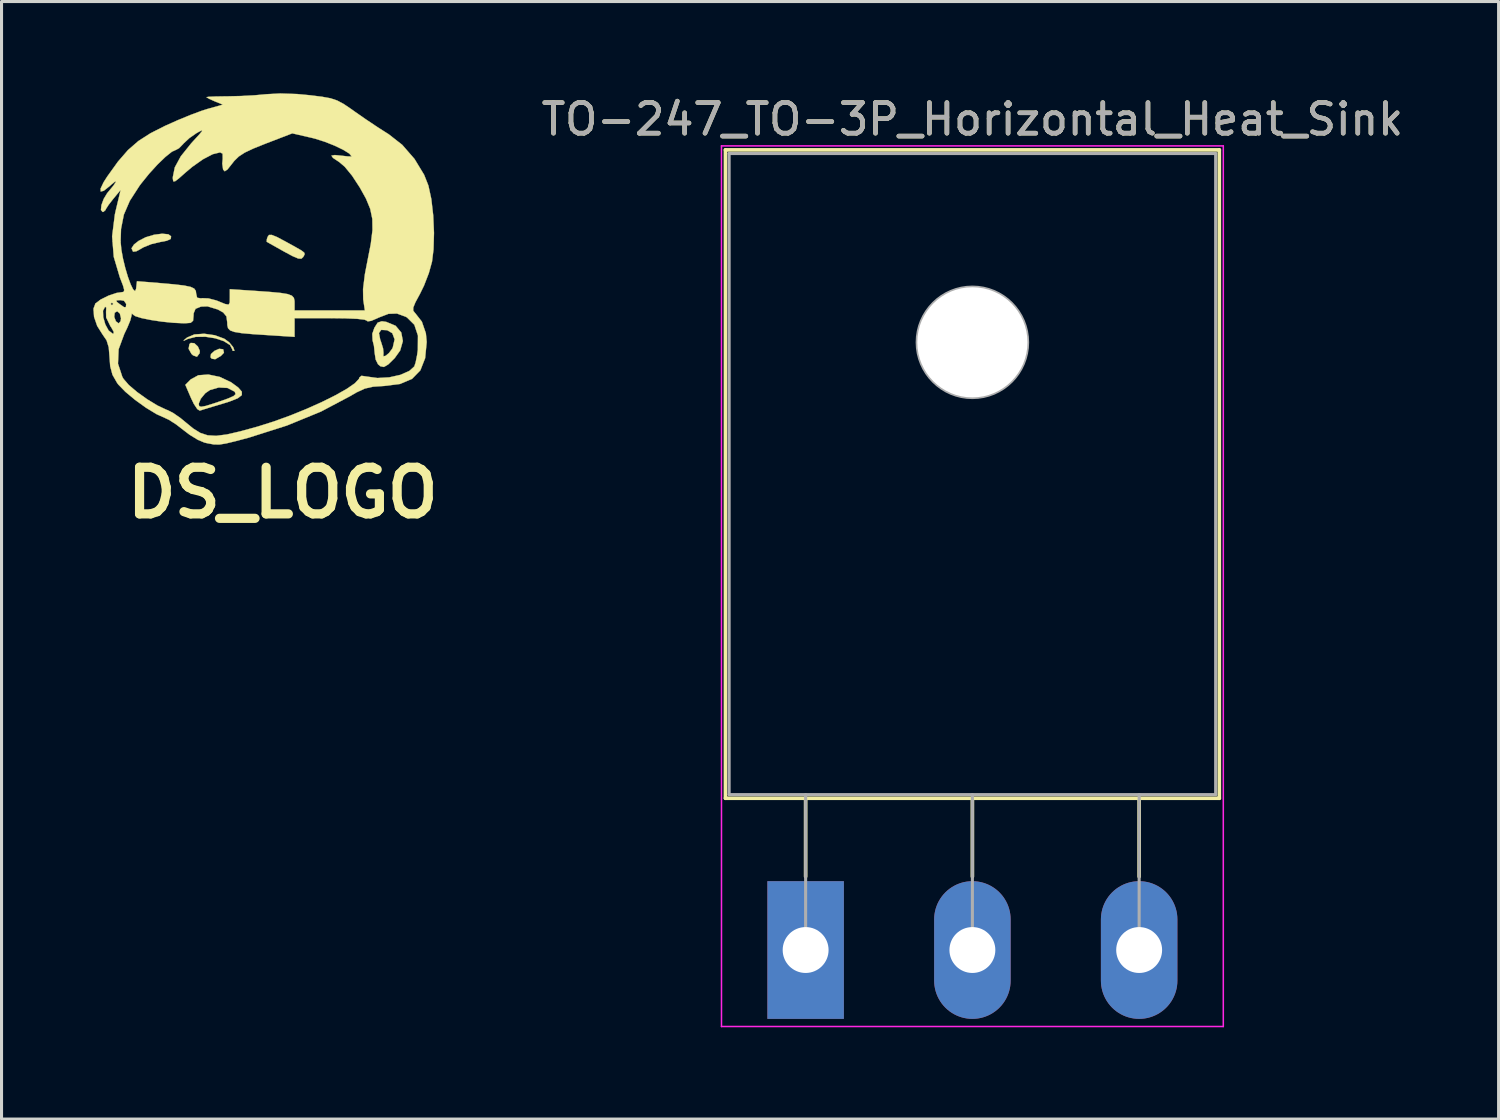
<source format=kicad_pcb>
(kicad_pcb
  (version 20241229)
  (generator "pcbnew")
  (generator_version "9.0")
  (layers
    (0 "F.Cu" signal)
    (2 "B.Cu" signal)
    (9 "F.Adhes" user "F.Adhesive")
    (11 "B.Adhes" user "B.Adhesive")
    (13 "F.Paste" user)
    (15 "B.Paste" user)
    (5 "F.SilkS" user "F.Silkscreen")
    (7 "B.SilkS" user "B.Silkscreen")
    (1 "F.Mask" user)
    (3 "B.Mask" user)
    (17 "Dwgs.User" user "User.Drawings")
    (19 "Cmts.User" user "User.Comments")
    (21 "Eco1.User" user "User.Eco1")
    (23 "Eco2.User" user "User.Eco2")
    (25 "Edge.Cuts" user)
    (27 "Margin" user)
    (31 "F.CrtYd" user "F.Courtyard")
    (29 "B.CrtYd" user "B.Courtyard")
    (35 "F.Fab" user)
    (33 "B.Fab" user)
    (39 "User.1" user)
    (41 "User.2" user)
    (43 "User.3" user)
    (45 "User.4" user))
  (footprint "TO-247_TO-3P_Horizontal_Heat_Sink"
    (layer "F.Cu")
    (at 23.279 27.998)
    (property "Reference" "TO-247_TO-3P_Horizontal_Heat_Sink" (at 5.45 -27.15 0) (layer "F.SilkS") (effects (font (size 1 1) (thickness 0.15))))
    (attr through_hole)
    (fp_line (start -2.62 -26.15) (end -2.62 -4.96) (stroke (width 0.12) (type solid)) (layer "F.SilkS"))
    (fp_line (start -2.62 -26.15) (end 13.52 -26.15) (stroke (width 0.12) (type solid)) (layer "F.SilkS"))
    (fp_line (start -2.62 -4.96) (end 13.52 -4.96) (stroke (width 0.12) (type solid)) (layer "F.SilkS"))
    (fp_line (start 0 -4.96) (end 0 -2.4) (stroke (width 0.12) (type solid)) (layer "F.SilkS"))
    (fp_line (start 5.45 -4.96) (end 5.45 -2.4) (stroke (width 0.12) (type solid)) (layer "F.SilkS"))
    (fp_line (start 10.9 -4.96) (end 10.9 -2.4) (stroke (width 0.12) (type solid)) (layer "F.SilkS"))
    (fp_line (start 13.52 -26.15) (end 13.52 -4.96) (stroke (width 0.12) (type solid)) (layer "F.SilkS"))
    (fp_line (start -2.75 -26.28) (end -2.75 2.5) (stroke (width 0.05) (type solid)) (layer "F.CrtYd"))
    (fp_line (start -2.75 2.5) (end 13.65 2.5) (stroke (width 0.05) (type solid)) (layer "F.CrtYd"))
    (fp_line (start 13.65 -26.28) (end -2.75 -26.28) (stroke (width 0.05) (type solid)) (layer "F.CrtYd"))
    (fp_line (start 13.65 2.5) (end 13.65 -26.28) (stroke (width 0.05) (type solid)) (layer "F.CrtYd"))
    (fp_line (start -2.5 -26.03) (end 13.4 -26.03) (stroke (width 0.1) (type solid)) (layer "F.Fab"))
    (fp_line (start -2.5 -5.08) (end -2.5 -26.03) (stroke (width 0.1) (type solid)) (layer "F.Fab"))
    (fp_line (start 0 -5.08) (end 0 0) (stroke (width 0.1) (type solid)) (layer "F.Fab"))
    (fp_line (start 5.45 -5.08) (end 5.45 0) (stroke (width 0.1) (type solid)) (layer "F.Fab"))
    (fp_line (start 10.9 -5.08) (end 10.9 0) (stroke (width 0.1) (type solid)) (layer "F.Fab"))
    (fp_line (start 13.4 -26.03) (end 13.4 -5.08) (stroke (width 0.1) (type solid)) (layer "F.Fab"))
    (fp_line (start 13.4 -5.08) (end -2.5 -5.08) (stroke (width 0.1) (type solid)) (layer "F.Fab"))
    (fp_circle (center 5.45 -19.86) (end 7.255 -19.86) (stroke (width 0.1) (type solid)) (fill no) (layer "F.Fab"))
    (fp_text user "${REFERENCE}" (at 5.45 -27.15 0) (layer "F.Fab") (effects (font (size 1 1) (thickness 0.15))))
    (pad "" np_thru_hole oval (at 5.45 -19.86) (size 3.6 3.6) (drill 3.6) (layers "*.Cu" "*.Mask"))
    (pad "1" thru_hole rect (at 0 0) (size 2.5 4.5) (drill 1.5) (layers "*.Cu" "*.Mask"))
    (pad "2" thru_hole oval (at 5.45 0) (size 2.5 4.5) (drill 1.5) (layers "*.Cu" "*.Mask"))
    (pad "3" thru_hole oval (at 10.9 0) (size 2.5 4.5) (drill 1.5) (layers "*.Cu" "*.Mask")))
  (footprint "DS_LOGO"
    (layer "F.Cu")
    (at 5.392 5.655)
    (property "Reference" "DS_LOGO" (at 0.8 7.4 0) (layer "F.SilkS") (effects (font (size 1.524 1.524) (thickness 0.3))))
    (attr smd)
    (fp_poly (pts (xy -2.092 2.511) (xy -1.975 2.619) (xy -1.911 2.765) (xy -1.918 2.839) (xy -2.005 2.954) (xy -2.131 2.91) (xy -2.184 2.862) (xy -2.278 2.694) (xy -2.251 2.541) (xy -2.208 2.502) (xy -2.092 2.511)) (stroke (width 0.01) (type solid)) (fill yes) (layer "F.SilkS"))
    (fp_poly (pts (xy -1.156 2.708) (xy -1.146 2.716) (xy -1.123 2.823) (xy -1.223 2.927) (xy -1.408 3.035) (xy -1.522 3.018) (xy -1.563 2.969) (xy -1.547 2.865) (xy -1.432 2.761) (xy -1.28 2.695) (xy -1.156 2.708)) (stroke (width 0.01) (type solid)) (fill yes) (layer "F.SilkS"))
    (fp_poly (pts (xy -2.939 -1.048) (xy -2.851 -0.982) (xy -2.862 -0.896) (xy -2.991 -0.837) (xy -3.201 -0.797) (xy -3.494 -0.728) (xy -3.754 -0.623) (xy -3.82 -0.584) (xy -3.987 -0.492) (xy -4.092 -0.48) (xy -4.095 -0.482) (xy -4.144 -0.59) (xy -4.063 -0.714) (xy -3.916 -0.83) (xy -3.681 -0.951) (xy -3.407 -1.033) (xy -3.143 -1.067) (xy -2.939 -1.048)) (stroke (width 0.01) (type solid)) (fill yes) (layer "F.SilkS"))
    (fp_poly (pts (xy -1.422 2.251) (xy -1.114 2.364) (xy -0.953 2.48) (xy -0.823 2.638) (xy -0.781 2.749) (xy -0.788 2.763) (xy -0.842 2.757) (xy -0.847 2.722) (xy -0.924 2.572) (xy -1.126 2.444) (xy -1.409 2.35) (xy -1.729 2.3) (xy -2.043 2.304) (xy -2.306 2.372) (xy -2.313 2.375) (xy -2.44 2.434) (xy -2.428 2.409) (xy -2.328 2.326) (xy -2.09 2.225) (xy -1.768 2.202) (xy -1.422 2.251)) (stroke (width 0.01) (type solid)) (fill yes) (layer "F.SilkS"))
    (fp_poly (pts (xy 0.604 -0.962) (xy 0.877 -0.817) (xy 0.92 -0.794) (xy 1.225 -0.625) (xy 1.41 -0.519) (xy 1.498 -0.451) (xy 1.516 -0.401) (xy 1.489 -0.344) (xy 1.467 -0.306) (xy 1.409 -0.251) (xy 1.305 -0.256) (xy 1.123 -0.333) (xy 0.845 -0.482) (xy 0.578 -0.632) (xy 0.375 -0.746) (xy 0.277 -0.803) (xy 0.273 -0.805) (xy 0.279 -0.886) (xy 0.304 -0.963) (xy 0.349 -1.026) (xy 0.438 -1.028) (xy 0.604 -0.962)) (stroke (width 0.01) (type solid)) (fill yes) (layer "F.SilkS"))
    (fp_poly (pts (xy 4.18 1.814) (xy 4.488 1.942) (xy 4.672 2.162) (xy 4.724 2.441) (xy 4.636 2.749) (xy 4.456 3) (xy 4.248 3.204) (xy 4.104 3.288) (xy 3.989 3.265) (xy 3.912 3.2) (xy 3.836 3.047) (xy 3.804 2.841) (xy 3.779 2.596) (xy 3.734 2.418) (xy 3.725 2.207) (xy 3.734 2.18) (xy 3.942 2.18) (xy 3.986 2.403) (xy 4.009 2.462) (xy 4.077 2.681) (xy 4.092 2.842) (xy 4.088 2.858) (xy 4.088 2.94) (xy 4.161 2.923) (xy 4.268 2.834) (xy 4.37 2.699) (xy 4.394 2.653) (xy 4.455 2.385) (xy 4.379 2.184) (xy 4.211 2.086) (xy 4.016 2.076) (xy 3.942 2.18) (xy 3.734 2.18) (xy 3.793 2.008) (xy 3.901 1.839) (xy 4.037 1.794) (xy 4.18 1.814)) (stroke (width 0.01) (type solid)) (fill yes) (layer "F.SilkS"))
    (fp_poly (pts (xy -1.263 3.612) (xy -0.893 3.786) (xy -0.656 3.96) (xy -0.539 4.095) (xy -0.539 4.207) (xy -0.67 4.31) (xy -0.947 4.42) (xy -1.164 4.487) (xy -1.483 4.582) (xy -1.743 4.661) (xy -1.897 4.71) (xy -1.914 4.715) (xy -1.995 4.664) (xy -2.106 4.496) (xy -1.947 4.496) (xy -1.934 4.566) (xy -1.872 4.589) (xy -1.73 4.564) (xy -1.475 4.486) (xy -1.304 4.429) (xy -0.988 4.318) (xy -0.809 4.239) (xy -0.743 4.176) (xy -0.765 4.111) (xy -0.786 4.088) (xy -1.008 3.973) (xy -1.295 3.959) (xy -1.581 4.042) (xy -1.734 4.147) (xy -1.88 4.325) (xy -1.947 4.486) (xy -1.947 4.496) (xy -2.106 4.496) (xy -2.107 4.494) (xy -2.196 4.311) (xy -2.385 3.872) (xy -2.208 3.694) (xy -1.961 3.559) (xy -1.633 3.535) (xy -1.263 3.612)) (stroke (width 0.01) (type solid)) (fill yes) (layer "F.SilkS"))
    (fp_poly (pts (xy 1.266 -5.632) (xy 1.682 -5.593) (xy 2.078 -5.544) (xy 2.359 -5.493) (xy 2.578 -5.42) (xy 2.79 -5.307) (xy 3.047 -5.133) (xy 3.157 -5.054) (xy 3.512 -4.807) (xy 3.888 -4.555) (xy 4.213 -4.348) (xy 4.257 -4.321) (xy 4.703 -3.972) (xy 5.105 -3.51) (xy 5.419 -2.993) (xy 5.559 -2.639) (xy 5.654 -2.201) (xy 5.716 -1.664) (xy 5.741 -1.093) (xy 5.726 -0.555) (xy 5.677 -0.155) (xy 5.574 0.218) (xy 5.416 0.627) (xy 5.283 0.899) (xy 5.134 1.175) (xy 5.064 1.346) (xy 5.063 1.449) (xy 5.121 1.523) (xy 5.127 1.528) (xy 5.345 1.807) (xy 5.476 2.187) (xy 5.503 2.472) (xy 5.452 3) (xy 5.296 3.398) (xy 5.025 3.676) (xy 4.63 3.844) (xy 4.102 3.91) (xy 4.091 3.91) (xy 3.748 3.933) (xy 3.481 3.994) (xy 3.21 4.119) (xy 3.01 4.236) (xy 2.047 4.746) (xy 0.937 5.201) (xy -0.305 5.596) (xy -0.732 5.71) (xy -1.051 5.787) (xy -1.27 5.823) (xy -1.454 5.82) (xy -1.665 5.781) (xy -1.761 5.759) (xy -1.979 5.667) (xy -2.25 5.5) (xy -2.439 5.356) (xy -2.689 5.163) (xy -2.922 5.014) (xy -3.049 4.955) (xy -3.326 4.83) (xy -3.67 4.621) (xy -4.027 4.364) (xy -4.346 4.098) (xy -4.577 3.86) (xy -4.613 3.812) (xy -4.766 3.544) (xy -4.841 3.263) (xy -4.847 3.179) (xy -4.586 3.179) (xy -4.444 3.611) (xy -4.405 3.678) (xy -4.234 3.876) (xy -3.958 4.11) (xy -3.628 4.346) (xy -3.292 4.55) (xy -3 4.687) (xy -2.963 4.699) (xy -2.783 4.791) (xy -2.543 4.958) (xy -2.379 5.093) (xy -2.125 5.301) (xy -1.894 5.444) (xy -1.655 5.522) (xy -1.377 5.538) (xy -1.03 5.494) (xy -0.584 5.391) (xy -0.021 5.236) (xy 0.507 5.069) (xy 1.05 4.872) (xy 1.584 4.655) (xy 2.085 4.43) (xy 2.53 4.208) (xy 2.895 4.001) (xy 3.156 3.82) (xy 3.29 3.677) (xy 3.302 3.633) (xy 3.372 3.576) (xy 3.535 3.6) (xy 3.892 3.649) (xy 4.28 3.627) (xy 4.646 3.545) (xy 4.94 3.414) (xy 5.098 3.27) (xy 5.142 3.137) (xy 5.189 2.9) (xy 5.213 2.73) (xy 5.217 2.263) (xy 5.099 1.908) (xy 4.859 1.67) (xy 4.818 1.647) (xy 4.532 1.542) (xy 4.255 1.551) (xy 3.926 1.677) (xy 3.891 1.695) (xy 3.692 1.78) (xy 3.572 1.798) (xy 3.556 1.78) (xy 3.473 1.743) (xy 3.234 1.715) (xy 2.849 1.699) (xy 2.371 1.693) (xy 1.185 1.693) (xy 1.185 2.304) (xy 0.318 2.248) (xy -0.184 2.215) (xy -0.541 2.183) (xy -0.777 2.145) (xy -0.919 2.094) (xy -0.989 2.022) (xy -1.013 1.921) (xy -1.016 1.829) (xy -1.042 1.635) (xy -1.149 1.506) (xy -1.324 1.409) (xy -1.661 1.307) (xy -1.874 1.315) (xy -2.052 1.387) (xy -2.113 1.533) (xy -2.117 1.615) (xy -2.132 1.777) (xy -2.211 1.846) (xy -2.403 1.86) (xy -2.434 1.86) (xy -2.78 1.844) (xy -3.154 1.806) (xy -3.512 1.752) (xy -3.814 1.691) (xy -4.018 1.628) (xy -4.079 1.588) (xy -4.134 1.54) (xy -4.147 1.622) (xy -4.185 1.77) (xy -4.283 2.007) (xy -4.381 2.21) (xy -4.565 2.709) (xy -4.586 3.179) (xy -4.847 3.179) (xy -4.862 2.976) (xy -4.888 2.648) (xy -4.959 2.418) (xy -5.094 2.22) (xy -5.266 1.947) (xy -5.368 1.65) (xy -5.382 1.45) (xy -5.076 1.45) (xy -5.068 1.661) (xy -5.001 1.896) (xy -4.894 2.094) (xy -4.764 2.197) (xy -4.734 2.201) (xy -4.724 2.143) (xy -4.803 1.999) (xy -4.835 1.954) (xy -4.971 1.672) (xy -4.972 1.652) (xy -4.709 1.652) (xy -4.653 1.798) (xy -4.563 1.863) (xy -4.501 1.792) (xy -4.487 1.698) (xy -4.526 1.54) (xy -4.611 1.468) (xy -4.693 1.515) (xy -4.709 1.652) (xy -4.972 1.652) (xy -4.976 1.491) (xy -4.969 1.348) (xy -5.008 1.32) (xy -5.076 1.45) (xy -5.382 1.45) (xy -5.387 1.383) (xy -5.329 1.228) (xy -4.826 1.228) (xy -4.784 1.27) (xy -4.741 1.228) (xy -4.784 1.185) (xy -4.826 1.228) (xy -5.329 1.228) (xy -5.325 1.216) (xy -5.19 1.113) (xy -4.641 1.113) (xy -4.624 1.16) (xy -4.535 1.23) (xy -4.386 1.334) (xy -4.328 1.331) (xy -4.318 1.228) (xy -4.39 1.125) (xy -4.508 1.103) (xy -4.641 1.113) (xy -5.19 1.113) (xy -5.154 1.085) (xy -4.896 0.957) (xy -4.63 0.868) (xy -4.483 0.847) (xy -4.404 0.835) (xy -4.382 0.775) (xy -4.42 0.632) (xy -4.521 0.369) (xy -4.525 0.36) (xy -4.724 -0.31) (xy -4.764 -0.804) (xy -4.5 -0.804) (xy -4.476 -0.547) (xy -4.422 -0.25) (xy -4.347 0.057) (xy -4.261 0.346) (xy -4.172 0.588) (xy -4.092 0.752) (xy -4.029 0.81) (xy -3.994 0.732) (xy -3.994 0.73) (xy -3.966 0.486) (xy -3.234 0.545) (xy -2.759 0.587) (xy -2.427 0.626) (xy -2.215 0.67) (xy -2.095 0.726) (xy -2.042 0.802) (xy -2.032 0.888) (xy -2 1.026) (xy -1.873 1.046) (xy -1.835 1.039) (xy -1.63 1.047) (xy -1.372 1.114) (xy -1.316 1.136) (xy -1.086 1.23) (xy -0.972 1.251) (xy -0.934 1.185) (xy -0.931 1.018) (xy -0.931 1.008) (xy -0.931 0.746) (xy -0.106 0.801) (xy 0.387 0.836) (xy 0.735 0.869) (xy 0.964 0.907) (xy 1.098 0.959) (xy 1.163 1.031) (xy 1.184 1.131) (xy 1.185 1.192) (xy 1.185 1.439) (xy 3.482 1.439) (xy 3.428 1.079) (xy 3.423 0.74) (xy 3.483 0.254) (xy 3.565 -0.169) (xy 3.676 -0.736) (xy 3.731 -1.183) (xy 3.726 -1.55) (xy 3.657 -1.88) (xy 3.519 -2.213) (xy 3.319 -2.574) (xy 3.064 -2.964) (xy 2.825 -3.255) (xy 2.646 -3.408) (xy 2.44 -3.545) (xy 2.39 -3.619) (xy 2.499 -3.638) (xy 2.709 -3.618) (xy 2.921 -3.594) (xy 3.039 -3.591) (xy 3.048 -3.595) (xy 2.974 -3.686) (xy 2.778 -3.808) (xy 2.501 -3.942) (xy 2.182 -4.069) (xy 1.863 -4.171) (xy 1.761 -4.197) (xy 1.11 -4.347) (xy 0.246 -4.015) (xy -0.16 -3.852) (xy -0.442 -3.719) (xy -0.637 -3.592) (xy -0.784 -3.449) (xy -0.858 -3.355) (xy -1.008 -3.166) (xy -1.097 -3.107) (xy -1.15 -3.162) (xy -1.151 -3.166) (xy -1.178 -3.356) (xy -1.164 -3.515) (xy -1.167 -3.682) (xy -1.248 -3.725) (xy -1.49 -3.666) (xy -1.806 -3.501) (xy -2.158 -3.253) (xy -2.374 -3.071) (xy -2.597 -2.874) (xy -2.723 -2.779) (xy -2.779 -2.778) (xy -2.793 -2.86) (xy -2.794 -2.917) (xy -2.73 -3.234) (xy -2.533 -3.597) (xy -2.194 -4.02) (xy -2.129 -4.092) (xy -1.928 -4.311) (xy -1.836 -4.424) (xy -1.846 -4.445) (xy -1.951 -4.393) (xy -2.02 -4.354) (xy -2.253 -4.192) (xy -2.442 -4.017) (xy -2.455 -4) (xy -2.59 -3.862) (xy -2.685 -3.81) (xy -2.824 -3.747) (xy -3.037 -3.577) (xy -3.294 -3.329) (xy -3.567 -3.03) (xy -3.827 -2.708) (xy -3.884 -2.632) (xy -4.2 -2.142) (xy -4.395 -1.69) (xy -4.487 -1.22) (xy -4.5 -0.804) (xy -4.764 -0.804) (xy -4.778 -0.981) (xy -4.688 -1.697) (xy -4.661 -1.82) (xy -4.499 -2.498) (xy -4.745 -2.201) (xy -4.893 -2.01) (xy -4.982 -1.872) (xy -4.993 -1.841) (xy -5.062 -1.781) (xy -5.089 -1.778) (xy -5.143 -1.843) (xy -5.127 -2.002) (xy -5.054 -2.202) (xy -4.94 -2.391) (xy -4.922 -2.413) (xy -4.737 -2.637) (xy -4.655 -2.76) (xy -4.677 -2.774) (xy -4.807 -2.669) (xy -4.851 -2.629) (xy -5.049 -2.471) (xy -5.151 -2.445) (xy -5.155 -2.54) (xy -5.058 -2.746) (xy -4.941 -2.93) (xy -4.587 -3.423) (xy -4.26 -3.8) (xy -3.919 -4.097) (xy -3.519 -4.353) (xy -3.049 -4.591) (xy -2.635 -4.776) (xy -2.217 -4.948) (xy -1.854 -5.083) (xy -1.659 -5.145) (xy -1.157 -5.285) (xy -1.425 -5.394) (xy -1.605 -5.474) (xy -1.692 -5.527) (xy -1.693 -5.53) (xy -1.615 -5.542) (xy -1.407 -5.551) (xy -1.109 -5.556) (xy -0.995 -5.557) (xy -0.571 -5.567) (xy -0.123 -5.591) (xy 0.253 -5.625) (xy 0.262 -5.626) (xy 0.714 -5.65) (xy 1.266 -5.632)) (stroke (width 0.01) (type solid)) (fill yes) (layer "F.SilkS")))
  (gr_rect
    (start -3 -3)
    (end 45.926 33.523)
    (stroke (width 0.1) (type default))
    (fill no)
    (layer "Edge.Cuts")))
</source>
